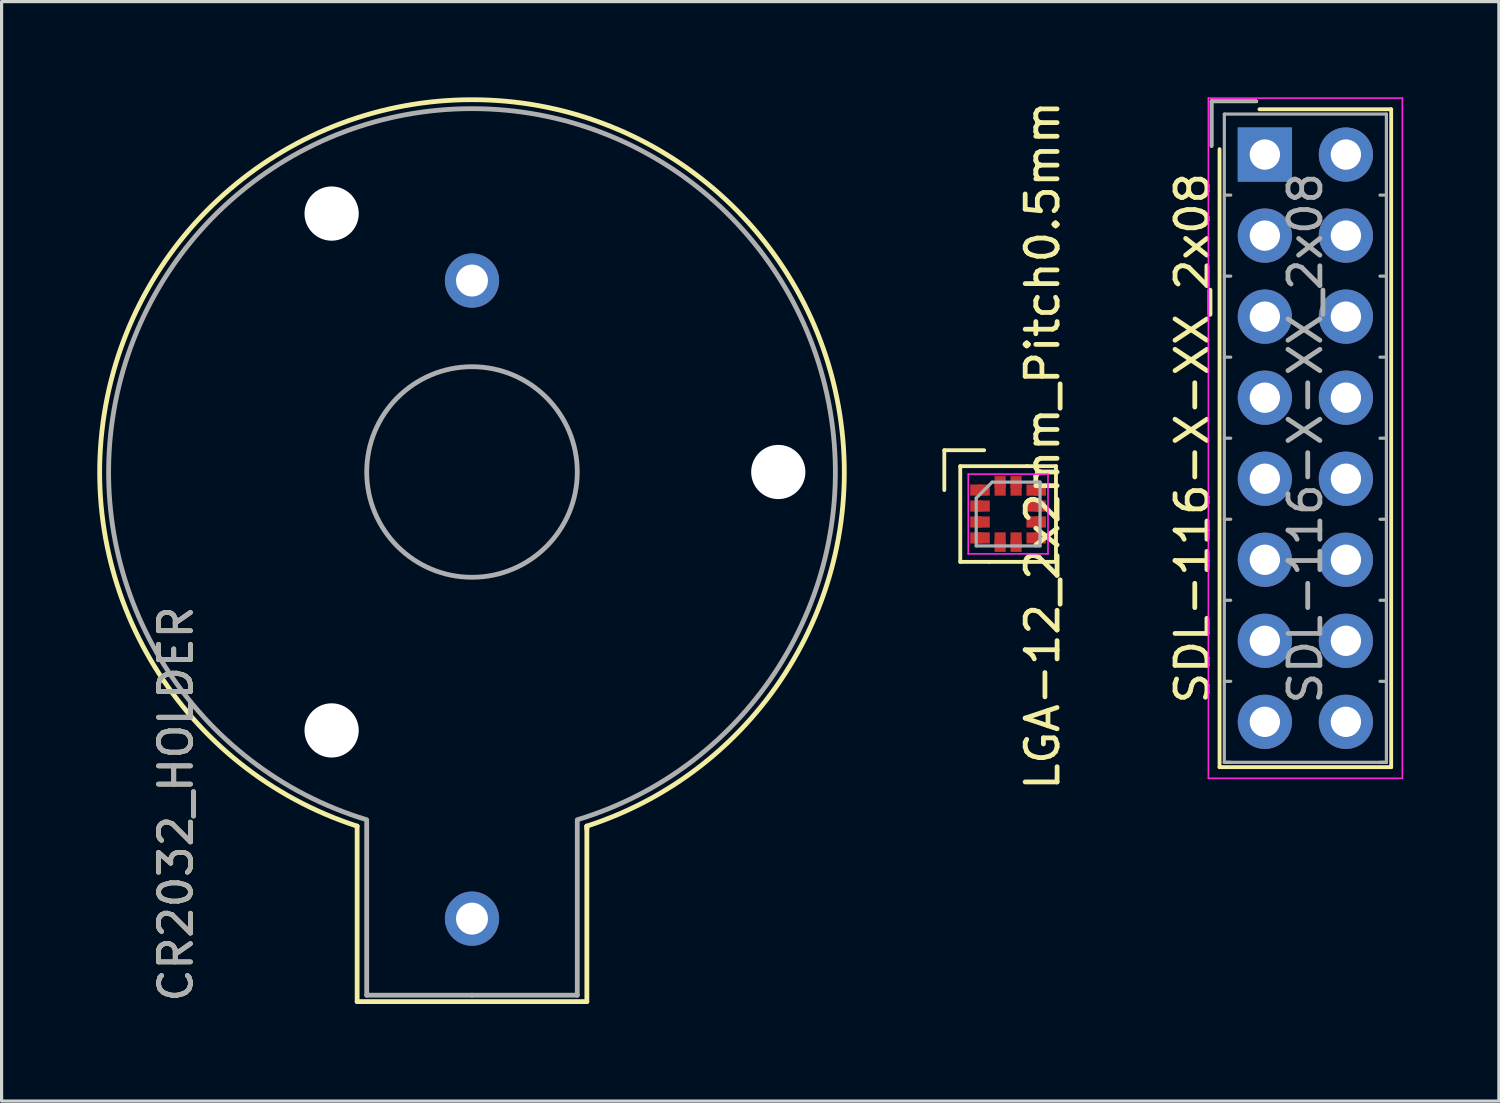
<source format=kicad_pcb>
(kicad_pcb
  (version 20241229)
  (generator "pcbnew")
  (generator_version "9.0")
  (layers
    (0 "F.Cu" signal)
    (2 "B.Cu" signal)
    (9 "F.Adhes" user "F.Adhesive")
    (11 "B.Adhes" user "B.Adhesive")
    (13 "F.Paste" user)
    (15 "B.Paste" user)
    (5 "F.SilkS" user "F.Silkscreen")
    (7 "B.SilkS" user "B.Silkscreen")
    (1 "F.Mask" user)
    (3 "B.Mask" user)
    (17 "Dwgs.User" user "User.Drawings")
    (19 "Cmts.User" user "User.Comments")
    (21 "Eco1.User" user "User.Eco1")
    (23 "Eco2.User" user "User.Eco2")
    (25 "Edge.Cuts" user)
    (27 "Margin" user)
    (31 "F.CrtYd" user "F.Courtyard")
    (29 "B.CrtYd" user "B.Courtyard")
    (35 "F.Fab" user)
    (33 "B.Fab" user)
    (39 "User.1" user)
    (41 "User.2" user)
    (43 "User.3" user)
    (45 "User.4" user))
  (footprint "LGA-12_2x2mm_Pitch0.5mm"
    (layer "F.Cu")
    (at 28.548 13.061)
    (property "Reference" "LGA-12_2x2mm_Pitch0.5mm" (at 1.08 -2.15 90) (layer "F.SilkS") (effects (font (size 1 1) (thickness 0.15))))
    (attr smd)
    (fp_line (start -2 -2) (end -0.75 -2) (stroke (width 0.12) (type solid)) (layer "F.SilkS"))
    (fp_line (start -2 -0.75) (end -2 -2) (stroke (width 0.12) (type solid)) (layer "F.SilkS"))
    (fp_line (start -1.5 1.5) (end -1.5 -1.5) (stroke (width 0.12) (type solid)) (layer "F.SilkS"))
    (fp_line (start -0.6 1.5) (end -1.5 1.5) (stroke (width 0.12) (type solid)) (layer "F.SilkS"))
    (fp_line (start 0.6 -1.5) (end -1.5 -1.5) (stroke (width 0.12) (type solid)) (layer "F.SilkS"))
    (fp_line (start 0.6 -1.5) (end 1.5 -1.5) (stroke (width 0.12) (type solid)) (layer "F.SilkS"))
    (fp_line (start 1.5 -1.5) (end 1.5 0.6) (stroke (width 0.12) (type solid)) (layer "F.SilkS"))
    (fp_line (start 1.5 0.6) (end 1.5 1.5) (stroke (width 0.12) (type solid)) (layer "F.SilkS"))
    (fp_line (start 1.5 1.5) (end -0.6 1.5) (stroke (width 0.12) (type solid)) (layer "F.SilkS"))
    (fp_line (start -1.25 -1.25) (end 1.25 -1.25) (stroke (width 0.05) (type solid)) (layer "F.CrtYd"))
    (fp_line (start -1.25 1.25) (end -1.25 -1.25) (stroke (width 0.05) (type solid)) (layer "F.CrtYd"))
    (fp_line (start 1.25 -1.25) (end 1.25 1.25) (stroke (width 0.05) (type solid)) (layer "F.CrtYd"))
    (fp_line (start 1.25 1.25) (end -1.25 1.25) (stroke (width 0.05) (type solid)) (layer "F.CrtYd"))
    (fp_line (start -1 -0.5) (end -0.5 -1) (stroke (width 0.1) (type solid)) (layer "F.Fab"))
    (fp_line (start -1 1) (end -1 -0.5) (stroke (width 0.1) (type solid)) (layer "F.Fab"))
    (fp_line (start -0.5 -1) (end 1 -1) (stroke (width 0.1) (type solid)) (layer "F.Fab"))
    (fp_line (start 1 -1) (end 1 1) (stroke (width 0.1) (type solid)) (layer "F.Fab"))
    (fp_line (start 1 1) (end -1 1) (stroke (width 0.1) (type solid)) (layer "F.Fab"))
    (pad "1" smd rect (at -1 -0.75) (size 0.375 0.35) (layers "F.Cu" "F.Mask" "F.Paste"))
    (pad "1" smd rect (at -0.762 -0.75) (size 0.375 0.35) (layers "F.Cu" "F.Mask" "F.Paste"))
    (pad "2" smd rect (at -1 -0.25) (size 0.375 0.35) (layers "F.Cu" "F.Mask" "F.Paste"))
    (pad "2" smd rect (at -0.762 -0.25) (size 0.375 0.35) (layers "F.Cu" "F.Mask" "F.Paste"))
    (pad "3" smd rect (at -1 0.25) (size 0.375 0.35) (layers "F.Cu" "F.Mask" "F.Paste"))
    (pad "3" smd rect (at -0.762 0.25) (size 0.375 0.35) (layers "F.Cu" "F.Mask" "F.Paste"))
    (pad "4" smd rect (at -1 0.75) (size 0.375 0.35) (layers "F.Cu" "F.Mask" "F.Paste"))
    (pad "4" smd rect (at -0.762 0.75) (size 0.375 0.35) (layers "F.Cu" "F.Mask" "F.Paste"))
    (pad "5" smd rect (at -0.25 0.762 90) (size 0.375 0.35) (layers "F.Cu" "F.Mask" "F.Paste"))
    (pad "5" smd rect (at -0.25 1 90) (size 0.375 0.35) (layers "F.Cu" "F.Mask" "F.Paste"))
    (pad "6" smd rect (at 0.25 0.762 90) (size 0.375 0.35) (layers "F.Cu" "F.Mask" "F.Paste"))
    (pad "6" smd rect (at 0.25 1 90) (size 0.375 0.35) (layers "F.Cu" "F.Mask" "F.Paste"))
    (pad "7" smd rect (at 0.762 0.75) (size 0.375 0.35) (layers "F.Cu" "F.Mask" "F.Paste"))
    (pad "7" smd rect (at 1 0.75) (size 0.375 0.35) (layers "F.Cu" "F.Mask" "F.Paste"))
    (pad "8" smd rect (at 0.762 0.25) (size 0.375 0.35) (layers "F.Cu" "F.Mask" "F.Paste"))
    (pad "8" smd rect (at 1 0.25) (size 0.375 0.35) (layers "F.Cu" "F.Mask" "F.Paste"))
    (pad "9" smd rect (at 0.762 -0.25) (size 0.375 0.35) (layers "F.Cu" "F.Mask" "F.Paste"))
    (pad "9" smd rect (at 1 -0.25) (size 0.375 0.35) (layers "F.Cu" "F.Mask" "F.Paste"))
    (pad "10" smd rect (at 0.762 -0.75) (size 0.375 0.35) (layers "F.Cu" "F.Mask" "F.Paste"))
    (pad "10" smd rect (at 1 -0.75) (size 0.375 0.35) (layers "F.Cu" "F.Mask" "F.Paste"))
    (pad "11" smd rect (at 0.25 -1 90) (size 0.375 0.35) (layers "F.Cu" "F.Mask" "F.Paste"))
    (pad "11" smd rect (at 0.25 -0.762 90) (size 0.375 0.35) (layers "F.Cu" "F.Mask" "F.Paste"))
    (pad "12" smd rect (at -0.25 -1 90) (size 0.375 0.35) (layers "F.Cu" "F.Mask" "F.Paste"))
    (pad "12" smd rect (at -0.25 -0.762 90) (size 0.375 0.35) (layers "F.Cu" "F.Mask" "F.Paste")))
  (footprint "CR2032_HOLDER"
    (layer "F.Cu")
    (at 11.744 11.744)
    (property "Reference" "CR2032_HOLDER" (at -9.28 10.402 90) (layer "F.SilkS") (effects (font (size 1 1) (thickness 0.15))))
    (attr through_hole)
    (fp_line (start -3.6 11.1) (end -3.6 16.6) (stroke (width 0.15) (type solid)) (layer "F.SilkS"))
    (fp_line (start -3.6 16.6) (end 3.6 16.6) (stroke (width 0.15) (type solid)) (layer "F.SilkS"))
    (fp_line (start 3.6 11.1) (end 3.6 11.2) (stroke (width 0.15) (type solid)) (layer "F.SilkS"))
    (fp_line (start 3.6 16.6) (end 3.6 11.1) (stroke (width 0.15) (type solid)) (layer "F.SilkS"))
    (fp_arc (start -3.6 11.099999) (mid 0 -11.669189) (end 3.599999 11.099999) (stroke (width 0.15) (type solid)) (layer "F.SilkS"))
    (fp_line (start -3.3 16.4) (end -3.3 10.95) (stroke (width 0.15) (type solid)) (layer "F.Fab"))
    (fp_line (start 0 16.4) (end -3.3 16.4) (stroke (width 0.15) (type solid)) (layer "F.Fab"))
    (fp_line (start 0 16.4) (end 3.3 16.4) (stroke (width 0.15) (type solid)) (layer "F.Fab"))
    (fp_line (start 3.3 16.4) (end 3.3 10.95) (stroke (width 0.15) (type solid)) (layer "F.Fab"))
    (fp_arc (start -3.3 10.899999) (mid 0 -11.38859) (end 3.299999 10.899999) (stroke (width 0.15) (type solid)) (layer "F.Fab"))
    (fp_circle (center 0 0) (end 3.3 0) (stroke (width 0.15) (type solid)) (fill no) (layer "F.Fab"))
    (fp_text user "${REFERENCE}" (at -9.28 10.402 90) (layer "F.Fab") (effects (font (size 1 1) (thickness 0.15))))
    (pad "" np_thru_hole circle (at -4.4 -8.1) (size 1.7 1.7) (drill 1.7) (layers "*.Cu" "*.Mask"))
    (pad "" np_thru_hole circle (at -4.4 8.1) (size 1.7 1.7) (drill 1.7) (layers "*.Cu" "*.Mask"))
    (pad "" np_thru_hole circle (at 9.6 0) (size 1.7 1.7) (drill 1.7) (layers "*.Cu" "*.Mask"))
    (pad "1" thru_hole circle (at 0 14) (size 1.7 1.7) (drill 1) (layers "*.Cu" "*.Mask"))
    (pad "2" thru_hole circle (at 0 -6) (size 1.7 1.7) (drill 1) (layers "*.Cu" "*.Mask")))
  (footprint "SDL-116-X-XX_2x08"
    (layer "F.Cu")
    (at 36.595 1.795)
    (property "Reference" "SDL-116-X-XX_2x08" (at -2.27 8.89 90) (layer "F.SilkS") (effects (font (size 1 1) (thickness 0.15))))
    (attr through_hole)
    (fp_line (start -1.67 -1.67) (end -1.67 -0.27) (stroke (width 0.12) (type solid)) (layer "F.SilkS"))
    (fp_line (start -1.42 19.2) (end -1.42 -0.17) (stroke (width 0.12) (type solid)) (layer "F.SilkS"))
    (fp_line (start -0.27 -1.67) (end -1.67 -1.67) (stroke (width 0.12) (type solid)) (layer "F.SilkS"))
    (fp_line (start -0.17 -1.42) (end 3.96 -1.42) (stroke (width 0.12) (type solid)) (layer "F.SilkS"))
    (fp_line (start 3.96 -1.42) (end 3.96 19.2) (stroke (width 0.12) (type solid)) (layer "F.SilkS"))
    (fp_line (start 3.96 19.2) (end -1.42 19.2) (stroke (width 0.12) (type solid)) (layer "F.SilkS"))
    (fp_line (start -1.77 -1.77) (end -1.77 19.55) (stroke (width 0.05) (type solid)) (layer "F.CrtYd"))
    (fp_line (start -1.77 19.55) (end 4.31 19.55) (stroke (width 0.05) (type solid)) (layer "F.CrtYd"))
    (fp_line (start 4.31 -1.77) (end -1.77 -1.77) (stroke (width 0.05) (type solid)) (layer "F.CrtYd"))
    (fp_line (start 4.31 19.55) (end 4.31 -1.77) (stroke (width 0.05) (type solid)) (layer "F.CrtYd"))
    (fp_line (start -1.67 -1.67) (end -1.67 -0.27) (stroke (width 0.1) (type solid)) (layer "F.Fab"))
    (fp_line (start -1.27 -1.27) (end -1.27 19.05) (stroke (width 0.1) (type solid)) (layer "F.Fab"))
    (fp_line (start -1.27 1.27) (end -1.07 1.27) (stroke (width 0.1) (type solid)) (layer "F.Fab"))
    (fp_line (start -1.27 3.81) (end -1.07 3.81) (stroke (width 0.1) (type solid)) (layer "F.Fab"))
    (fp_line (start -1.27 6.35) (end -1.07 6.35) (stroke (width 0.1) (type solid)) (layer "F.Fab"))
    (fp_line (start -1.27 8.89) (end -1.07 8.89) (stroke (width 0.1) (type solid)) (layer "F.Fab"))
    (fp_line (start -1.27 11.43) (end -1.07 11.43) (stroke (width 0.1) (type solid)) (layer "F.Fab"))
    (fp_line (start -1.27 13.97) (end -1.07 13.97) (stroke (width 0.1) (type solid)) (layer "F.Fab"))
    (fp_line (start -1.27 16.51) (end -1.07 16.51) (stroke (width 0.1) (type solid)) (layer "F.Fab"))
    (fp_line (start -1.27 19.05) (end -1.07 19.05) (stroke (width 0.1) (type solid)) (layer "F.Fab"))
    (fp_line (start -1.27 19.05) (end 3.81 19.05) (stroke (width 0.1) (type solid)) (layer "F.Fab"))
    (fp_line (start -0.27 -1.67) (end -1.67 -1.67) (stroke (width 0.1) (type solid)) (layer "F.Fab"))
    (fp_line (start 3.81 -1.27) (end -1.27 -1.27) (stroke (width 0.1) (type solid)) (layer "F.Fab"))
    (fp_line (start 3.81 1.27) (end 3.61 1.27) (stroke (width 0.1) (type solid)) (layer "F.Fab"))
    (fp_line (start 3.81 3.81) (end 3.61 3.81) (stroke (width 0.1) (type solid)) (layer "F.Fab"))
    (fp_line (start 3.81 6.35) (end 3.61 6.35) (stroke (width 0.1) (type solid)) (layer "F.Fab"))
    (fp_line (start 3.81 8.89) (end 3.61 8.89) (stroke (width 0.1) (type solid)) (layer "F.Fab"))
    (fp_line (start 3.81 11.43) (end 3.61 11.43) (stroke (width 0.1) (type solid)) (layer "F.Fab"))
    (fp_line (start 3.81 13.97) (end 3.61 13.97) (stroke (width 0.1) (type solid)) (layer "F.Fab"))
    (fp_line (start 3.81 16.51) (end 3.61 16.51) (stroke (width 0.1) (type solid)) (layer "F.Fab"))
    (fp_line (start 3.81 19.05) (end 3.61 19.05) (stroke (width 0.1) (type solid)) (layer "F.Fab"))
    (fp_line (start 3.81 19.05) (end 3.81 -1.27) (stroke (width 0.1) (type solid)) (layer "F.Fab"))
    (fp_text user "${REFERENCE}" (at 1.27 8.89 90) (layer "F.Fab") (effects (font (size 1 1) (thickness 0.15))))
    (pad "1" thru_hole rect (at 0 0) (size 1.7 1.7) (drill 0.95) (layers "*.Cu" "*.Mask"))
    (pad "2" thru_hole circle (at 2.54 0) (size 1.7 1.7) (drill 0.95) (layers "*.Cu" "*.Mask"))
    (pad "3" thru_hole circle (at 0 2.54) (size 1.7 1.7) (drill 0.95) (layers "*.Cu" "*.Mask"))
    (pad "4" thru_hole circle (at 2.54 2.54) (size 1.7 1.7) (drill 0.95) (layers "*.Cu" "*.Mask"))
    (pad "5" thru_hole circle (at 0 5.08) (size 1.7 1.7) (drill 0.95) (layers "*.Cu" "*.Mask"))
    (pad "6" thru_hole circle (at 2.54 5.08) (size 1.7 1.7) (drill 0.95) (layers "*.Cu" "*.Mask"))
    (pad "7" thru_hole circle (at 0 7.62) (size 1.7 1.7) (drill 0.95) (layers "*.Cu" "*.Mask"))
    (pad "8" thru_hole circle (at 2.54 7.62) (size 1.7 1.7) (drill 0.95) (layers "*.Cu" "*.Mask"))
    (pad "9" thru_hole circle (at 0 10.16) (size 1.7 1.7) (drill 0.95) (layers "*.Cu" "*.Mask"))
    (pad "10" thru_hole circle (at 2.54 10.16) (size 1.7 1.7) (drill 0.95) (layers "*.Cu" "*.Mask"))
    (pad "11" thru_hole circle (at 0 12.7) (size 1.7 1.7) (drill 0.95) (layers "*.Cu" "*.Mask"))
    (pad "12" thru_hole circle (at 2.54 12.7) (size 1.7 1.7) (drill 0.95) (layers "*.Cu" "*.Mask"))
    (pad "13" thru_hole circle (at 0 15.24) (size 1.7 1.7) (drill 0.95) (layers "*.Cu" "*.Mask"))
    (pad "14" thru_hole circle (at 2.54 15.24) (size 1.7 1.7) (drill 0.95) (layers "*.Cu" "*.Mask"))
    (pad "15" thru_hole circle (at 0 17.78) (size 1.7 1.7) (drill 0.95) (layers "*.Cu" "*.Mask"))
    (pad "16" thru_hole circle (at 2.54 17.78) (size 1.7 1.7) (drill 0.95) (layers "*.Cu" "*.Mask")))
  (gr_rect
    (start -3 -3)
    (end 43.93 31.462)
    (stroke (width 0.1) (type default))
    (fill no)
    (layer "Edge.Cuts")))
</source>
